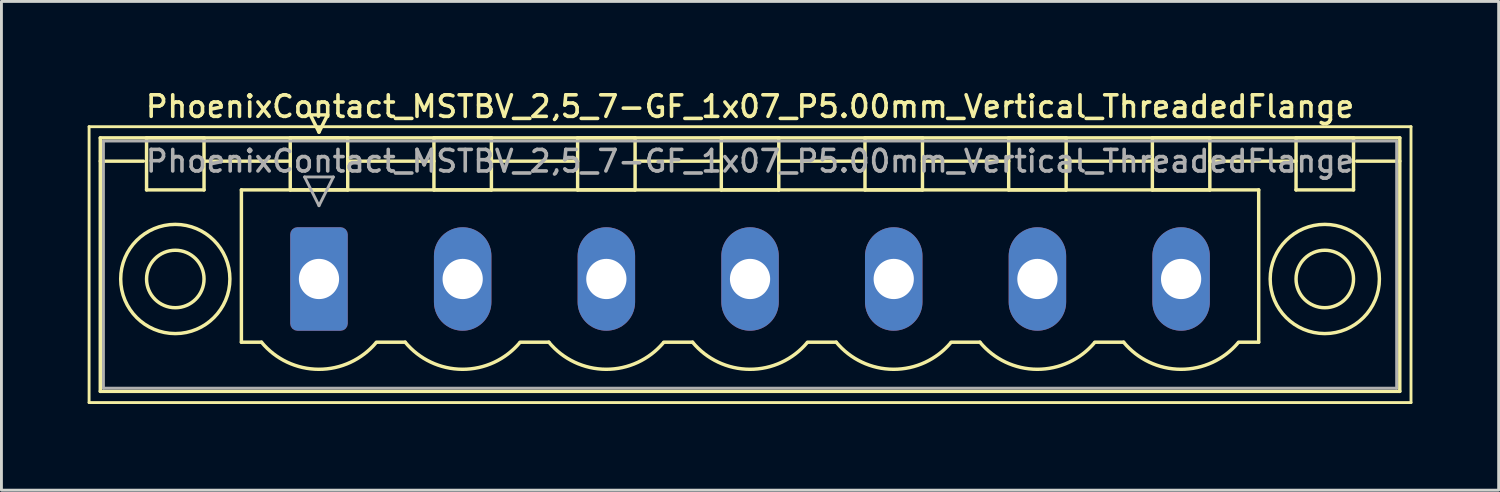
<source format=kicad_pcb>
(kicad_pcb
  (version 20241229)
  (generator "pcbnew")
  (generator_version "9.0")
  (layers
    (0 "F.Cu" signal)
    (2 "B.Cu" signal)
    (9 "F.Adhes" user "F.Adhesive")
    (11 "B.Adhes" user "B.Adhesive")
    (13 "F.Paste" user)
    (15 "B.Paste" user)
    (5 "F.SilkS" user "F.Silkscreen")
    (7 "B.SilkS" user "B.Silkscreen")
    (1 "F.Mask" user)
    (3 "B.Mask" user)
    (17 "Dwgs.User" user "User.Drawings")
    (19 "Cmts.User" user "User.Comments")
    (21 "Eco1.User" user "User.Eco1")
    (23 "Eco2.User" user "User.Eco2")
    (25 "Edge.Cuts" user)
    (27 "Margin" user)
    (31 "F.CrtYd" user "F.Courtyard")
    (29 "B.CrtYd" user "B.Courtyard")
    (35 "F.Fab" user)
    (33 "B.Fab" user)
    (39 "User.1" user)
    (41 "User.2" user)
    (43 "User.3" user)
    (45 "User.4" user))
  (footprint "PhoenixContact_MSTBV_2,5_7-GF_1x07_P5.00mm_Vertical_ThreadedFlange"
    (layer "F.Cu")
    (at 8.05 6.658)
    (property "Reference" "PhoenixContact_MSTBV_2,5_7-GF_1x07_P5.00mm_Vertical_ThreadedFlange" (at 15 -6 0) (layer "F.SilkS") (effects (font (size 0.75 0.75) (thickness 0.125))))
    (attr through_hole)
    (fp_line (start -8 -5.3) (end -8 4.3) (stroke (width 0.1) (type solid)) (layer "F.SilkS"))
    (fp_line (start -8 4.3) (end 38 4.3) (stroke (width 0.1) (type solid)) (layer "F.SilkS"))
    (fp_line (start -7.61 -4.91) (end -7.61 3.91) (stroke (width 0.12) (type solid)) (layer "F.SilkS"))
    (fp_line (start -7.61 -4.1) (end -6.11 -4.1) (stroke (width 0.12) (type solid)) (layer "F.SilkS"))
    (fp_line (start -7.61 3.91) (end 37.61 3.91) (stroke (width 0.12) (type solid)) (layer "F.SilkS"))
    (fp_line (start -6 -4.91) (end -4 -4.91) (stroke (width 0.12) (type solid)) (layer "F.SilkS"))
    (fp_line (start -6 -3.1) (end -6 -4.91) (stroke (width 0.12) (type solid)) (layer "F.SilkS"))
    (fp_line (start -4 -4.91) (end -4 -3.1) (stroke (width 0.12) (type solid)) (layer "F.SilkS"))
    (fp_line (start -4 -4.1) (end -1 -4.1) (stroke (width 0.12) (type solid)) (layer "F.SilkS"))
    (fp_line (start -4 -3.1) (end -6 -3.1) (stroke (width 0.12) (type solid)) (layer "F.SilkS"))
    (fp_line (start -2.7 -3.1) (end 32.7 -3.1) (stroke (width 0.12) (type solid)) (layer "F.SilkS"))
    (fp_line (start -2.7 2.2) (end -2.7 -3.1) (stroke (width 0.12) (type solid)) (layer "F.SilkS"))
    (fp_line (start -2 2.2) (end -2.7 2.2) (stroke (width 0.12) (type solid)) (layer "F.SilkS"))
    (fp_line (start -1 -4.91) (end 1 -4.91) (stroke (width 0.12) (type solid)) (layer "F.SilkS"))
    (fp_line (start -1 -3.1) (end -1 -4.91) (stroke (width 0.12) (type solid)) (layer "F.SilkS"))
    (fp_line (start -0.3 -5.71) (end 0.3 -5.71) (stroke (width 0.12) (type solid)) (layer "F.SilkS"))
    (fp_line (start 0 -5.11) (end -0.3 -5.71) (stroke (width 0.12) (type solid)) (layer "F.SilkS"))
    (fp_line (start 0.3 -5.71) (end 0 -5.11) (stroke (width 0.12) (type solid)) (layer "F.SilkS"))
    (fp_line (start 1 -4.91) (end 1 -3.1) (stroke (width 0.12) (type solid)) (layer "F.SilkS"))
    (fp_line (start 1 -4.1) (end 4 -4.1) (stroke (width 0.12) (type solid)) (layer "F.SilkS"))
    (fp_line (start 1 -3.1) (end -1 -3.1) (stroke (width 0.12) (type solid)) (layer "F.SilkS"))
    (fp_line (start 2 2.2) (end 3 2.2) (stroke (width 0.12) (type solid)) (layer "F.SilkS"))
    (fp_line (start 4 -4.91) (end 6 -4.91) (stroke (width 0.12) (type solid)) (layer "F.SilkS"))
    (fp_line (start 4 -3.1) (end 4 -4.91) (stroke (width 0.12) (type solid)) (layer "F.SilkS"))
    (fp_line (start 6 -4.91) (end 6 -3.1) (stroke (width 0.12) (type solid)) (layer "F.SilkS"))
    (fp_line (start 6 -4.1) (end 9 -4.1) (stroke (width 0.12) (type solid)) (layer "F.SilkS"))
    (fp_line (start 6 -3.1) (end 4 -3.1) (stroke (width 0.12) (type solid)) (layer "F.SilkS"))
    (fp_line (start 7 2.2) (end 8 2.2) (stroke (width 0.12) (type solid)) (layer "F.SilkS"))
    (fp_line (start 9 -4.91) (end 11 -4.91) (stroke (width 0.12) (type solid)) (layer "F.SilkS"))
    (fp_line (start 9 -3.1) (end 9 -4.91) (stroke (width 0.12) (type solid)) (layer "F.SilkS"))
    (fp_line (start 11 -4.91) (end 11 -3.1) (stroke (width 0.12) (type solid)) (layer "F.SilkS"))
    (fp_line (start 11 -4.1) (end 14 -4.1) (stroke (width 0.12) (type solid)) (layer "F.SilkS"))
    (fp_line (start 11 -3.1) (end 9 -3.1) (stroke (width 0.12) (type solid)) (layer "F.SilkS"))
    (fp_line (start 12 2.2) (end 13 2.2) (stroke (width 0.12) (type solid)) (layer "F.SilkS"))
    (fp_line (start 14 -4.91) (end 16 -4.91) (stroke (width 0.12) (type solid)) (layer "F.SilkS"))
    (fp_line (start 14 -3.1) (end 14 -4.91) (stroke (width 0.12) (type solid)) (layer "F.SilkS"))
    (fp_line (start 16 -4.91) (end 16 -3.1) (stroke (width 0.12) (type solid)) (layer "F.SilkS"))
    (fp_line (start 16 -4.1) (end 19 -4.1) (stroke (width 0.12) (type solid)) (layer "F.SilkS"))
    (fp_line (start 16 -3.1) (end 14 -3.1) (stroke (width 0.12) (type solid)) (layer "F.SilkS"))
    (fp_line (start 17 2.2) (end 18 2.2) (stroke (width 0.12) (type solid)) (layer "F.SilkS"))
    (fp_line (start 19 -4.91) (end 21 -4.91) (stroke (width 0.12) (type solid)) (layer "F.SilkS"))
    (fp_line (start 19 -3.1) (end 19 -4.91) (stroke (width 0.12) (type solid)) (layer "F.SilkS"))
    (fp_line (start 21 -4.91) (end 21 -3.1) (stroke (width 0.12) (type solid)) (layer "F.SilkS"))
    (fp_line (start 21 -4.1) (end 24 -4.1) (stroke (width 0.12) (type solid)) (layer "F.SilkS"))
    (fp_line (start 21 -3.1) (end 19 -3.1) (stroke (width 0.12) (type solid)) (layer "F.SilkS"))
    (fp_line (start 22 2.2) (end 23 2.2) (stroke (width 0.12) (type solid)) (layer "F.SilkS"))
    (fp_line (start 24 -4.91) (end 26 -4.91) (stroke (width 0.12) (type solid)) (layer "F.SilkS"))
    (fp_line (start 24 -3.1) (end 24 -4.91) (stroke (width 0.12) (type solid)) (layer "F.SilkS"))
    (fp_line (start 26 -4.91) (end 26 -3.1) (stroke (width 0.12) (type solid)) (layer "F.SilkS"))
    (fp_line (start 26 -4.1) (end 29 -4.1) (stroke (width 0.12) (type solid)) (layer "F.SilkS"))
    (fp_line (start 26 -3.1) (end 24 -3.1) (stroke (width 0.12) (type solid)) (layer "F.SilkS"))
    (fp_line (start 27 2.2) (end 28 2.2) (stroke (width 0.12) (type solid)) (layer "F.SilkS"))
    (fp_line (start 29 -4.91) (end 31 -4.91) (stroke (width 0.12) (type solid)) (layer "F.SilkS"))
    (fp_line (start 29 -3.1) (end 29 -4.91) (stroke (width 0.12) (type solid)) (layer "F.SilkS"))
    (fp_line (start 31 -4.91) (end 31 -3.1) (stroke (width 0.12) (type solid)) (layer "F.SilkS"))
    (fp_line (start 31 -4.1) (end 34 -4.1) (stroke (width 0.12) (type solid)) (layer "F.SilkS"))
    (fp_line (start 31 -3.1) (end 29 -3.1) (stroke (width 0.12) (type solid)) (layer "F.SilkS"))
    (fp_line (start 32.7 -3.1) (end 32.7 2.2) (stroke (width 0.12) (type solid)) (layer "F.SilkS"))
    (fp_line (start 32.7 2.2) (end 32 2.2) (stroke (width 0.12) (type solid)) (layer "F.SilkS"))
    (fp_line (start 34 -4.91) (end 36 -4.91) (stroke (width 0.12) (type solid)) (layer "F.SilkS"))
    (fp_line (start 34 -3.1) (end 34 -4.91) (stroke (width 0.12) (type solid)) (layer "F.SilkS"))
    (fp_line (start 36 -4.91) (end 36 -3.1) (stroke (width 0.12) (type solid)) (layer "F.SilkS"))
    (fp_line (start 36 -3.1) (end 34 -3.1) (stroke (width 0.12) (type solid)) (layer "F.SilkS"))
    (fp_line (start 37.61 -4.91) (end -7.61 -4.91) (stroke (width 0.12) (type solid)) (layer "F.SilkS"))
    (fp_line (start 37.61 -4.1) (end 36.11 -4.1) (stroke (width 0.12) (type solid)) (layer "F.SilkS"))
    (fp_line (start 37.61 3.91) (end 37.61 -4.91) (stroke (width 0.12) (type solid)) (layer "F.SilkS"))
    (fp_line (start 38 -5.3) (end -8 -5.3) (stroke (width 0.1) (type solid)) (layer "F.SilkS"))
    (fp_line (start 38 4.3) (end 38 -5.3) (stroke (width 0.1) (type solid)) (layer "F.SilkS"))
    (fp_arc (start 1.986842 2.215821) (mid -0.010289 3.142758) (end -2 2.2) (stroke (width 0.12) (type solid)) (layer "F.SilkS"))
    (fp_arc (start 6.986842 2.215821) (mid 4.989711 3.142758) (end 3 2.2) (stroke (width 0.12) (type solid)) (layer "F.SilkS"))
    (fp_arc (start 11.986842 2.215821) (mid 9.989711 3.142758) (end 8 2.2) (stroke (width 0.12) (type solid)) (layer "F.SilkS"))
    (fp_arc (start 16.986842 2.215821) (mid 14.989711 3.142758) (end 13 2.2) (stroke (width 0.12) (type solid)) (layer "F.SilkS"))
    (fp_arc (start 21.986842 2.215821) (mid 19.989711 3.142758) (end 18 2.2) (stroke (width 0.12) (type solid)) (layer "F.SilkS"))
    (fp_arc (start 26.986842 2.215821) (mid 24.989711 3.142758) (end 23 2.2) (stroke (width 0.12) (type solid)) (layer "F.SilkS"))
    (fp_arc (start 31.986842 2.215821) (mid 29.989711 3.142758) (end 28 2.2) (stroke (width 0.12) (type solid)) (layer "F.SilkS"))
    (fp_circle (center -5 0) (end -4 0) (stroke (width 0.12) (type solid)) (fill no) (layer "F.SilkS"))
    (fp_circle (center -5 0) (end -3.1 0) (stroke (width 0.12) (type solid)) (fill no) (layer "F.SilkS"))
    (fp_circle (center 35 0) (end 36 0) (stroke (width 0.12) (type solid)) (fill no) (layer "F.SilkS"))
    (fp_circle (center 35 0) (end 36.9 0) (stroke (width 0.12) (type solid)) (fill no) (layer "F.SilkS"))
    (fp_line (start -7.5 -4.8) (end -7.5 3.8) (stroke (width 0.1) (type solid)) (layer "F.Fab"))
    (fp_line (start -7.5 3.8) (end 37.5 3.8) (stroke (width 0.1) (type solid)) (layer "F.Fab"))
    (fp_line (start -0.5 -3.55) (end 0.5 -3.55) (stroke (width 0.1) (type solid)) (layer "F.Fab"))
    (fp_line (start 0 -2.55) (end -0.5 -3.55) (stroke (width 0.1) (type solid)) (layer "F.Fab"))
    (fp_line (start 0.5 -3.55) (end 0 -2.55) (stroke (width 0.1) (type solid)) (layer "F.Fab"))
    (fp_line (start 37.5 -4.8) (end -7.5 -4.8) (stroke (width 0.1) (type solid)) (layer "F.Fab"))
    (fp_line (start 37.5 3.8) (end 37.5 -4.8) (stroke (width 0.1) (type solid)) (layer "F.Fab"))
    (fp_text user "${REFERENCE}" (at 15 -4.1 0) (layer "F.Fab") (effects (font (size 0.75 0.75) (thickness 0.125))))
    (pad "1" thru_hole roundrect (at 0 0) (size 2 3.6) (drill 1.4) (layers "*.Cu" "*.Mask") (roundrect_rratio 0.125))
    (pad "2" thru_hole oval (at 5 0) (size 2 3.6) (drill 1.4) (layers "*.Cu" "*.Mask"))
    (pad "3" thru_hole oval (at 10 0) (size 2 3.6) (drill 1.4) (layers "*.Cu" "*.Mask"))
    (pad "4" thru_hole oval (at 15 0) (size 2 3.6) (drill 1.4) (layers "*.Cu" "*.Mask"))
    (pad "5" thru_hole oval (at 20 0) (size 2 3.6) (drill 1.4) (layers "*.Cu" "*.Mask"))
    (pad "6" thru_hole oval (at 25 0) (size 2 3.6) (drill 1.4) (layers "*.Cu" "*.Mask"))
    (pad "7" thru_hole oval (at 30 0) (size 2 3.6) (drill 1.4) (layers "*.Cu" "*.Mask")))
  (gr_rect
    (start -3 -3)
    (end 49.1 14.008)
    (stroke (width 0.1) (type default))
    (fill no)
    (layer "Edge.Cuts")))
</source>
